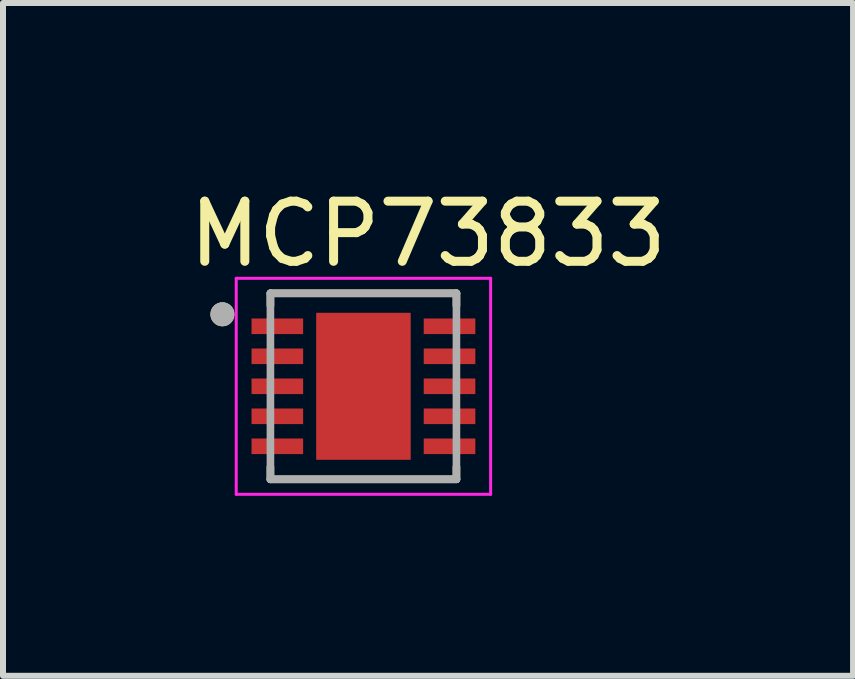
<source format=kicad_pcb>
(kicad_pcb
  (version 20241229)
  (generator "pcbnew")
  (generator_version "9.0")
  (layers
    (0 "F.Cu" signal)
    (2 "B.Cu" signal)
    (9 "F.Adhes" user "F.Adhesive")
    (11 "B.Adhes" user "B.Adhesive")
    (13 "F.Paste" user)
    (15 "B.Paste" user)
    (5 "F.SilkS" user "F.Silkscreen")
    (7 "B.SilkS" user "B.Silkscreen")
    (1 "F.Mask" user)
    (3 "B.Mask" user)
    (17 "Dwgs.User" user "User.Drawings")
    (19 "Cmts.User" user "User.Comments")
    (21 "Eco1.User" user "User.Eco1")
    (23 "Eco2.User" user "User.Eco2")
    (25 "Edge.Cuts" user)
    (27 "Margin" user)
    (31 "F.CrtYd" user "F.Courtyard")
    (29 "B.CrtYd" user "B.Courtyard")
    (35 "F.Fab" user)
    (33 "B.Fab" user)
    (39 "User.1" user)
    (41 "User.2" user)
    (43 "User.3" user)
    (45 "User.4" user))
  (footprint "MCP73833"
    (layer "F.Cu")
    (at 3.007 3.388)
    (property "Reference" "MCP73833" (at 1.077 -2.539 0) (layer "F.SilkS") (effects (font (size 1.002 1.002) (thickness 0.15))))
    (attr smd)
    (fp_line (start -1.55 -1.55) (end -1.55 -1.345) (stroke (width 0.127) (type solid)) (layer "F.SilkS"))
    (fp_line (start -1.55 1.55) (end -1.55 1.345) (stroke (width 0.127) (type solid)) (layer "F.SilkS"))
    (fp_line (start -1.55 1.55) (end 1.55 1.55) (stroke (width 0.127) (type solid)) (layer "F.SilkS"))
    (fp_line (start 1.55 -1.55) (end -1.55 -1.55) (stroke (width 0.127) (type solid)) (layer "F.SilkS"))
    (fp_line (start 1.55 -1.55) (end 1.55 -1.345) (stroke (width 0.127) (type solid)) (layer "F.SilkS"))
    (fp_line (start 1.55 1.55) (end 1.55 1.345) (stroke (width 0.127) (type solid)) (layer "F.SilkS"))
    (fp_circle (center -2.35 -1.2) (end -2.25 -1.2) (stroke (width 0.2) (type solid)) (fill no) (layer "F.SilkS"))
    (fp_poly (pts (xy -0.501 -0.8) (xy 0.5 -0.8) (xy 0.5 0.802) (xy -0.501 0.802)) (stroke (width 0.01) (type solid)) (fill yes) (layer "F.Paste"))
    (fp_line (start -2.12 -1.8) (end 2.12 -1.8) (stroke (width 0.05) (type solid)) (layer "F.CrtYd"))
    (fp_line (start -2.12 1.8) (end -2.12 -1.8) (stroke (width 0.05) (type solid)) (layer "F.CrtYd"))
    (fp_line (start 2.12 -1.8) (end 2.12 1.8) (stroke (width 0.05) (type solid)) (layer "F.CrtYd"))
    (fp_line (start 2.12 1.8) (end -2.12 1.8) (stroke (width 0.05) (type solid)) (layer "F.CrtYd"))
    (fp_line (start -1.55 -1.55) (end -1.55 1.55) (stroke (width 0.127) (type solid)) (layer "F.Fab"))
    (fp_line (start -1.55 1.55) (end 1.55 1.55) (stroke (width 0.127) (type solid)) (layer "F.Fab"))
    (fp_line (start 1.55 -1.55) (end -1.55 -1.55) (stroke (width 0.127) (type solid)) (layer "F.Fab"))
    (fp_line (start 1.55 1.55) (end 1.55 -1.55) (stroke (width 0.127) (type solid)) (layer "F.Fab"))
    (fp_circle (center -2.35 -1.2) (end -2.25 -1.2) (stroke (width 0.2) (type solid)) (fill no) (layer "F.Fab"))
    (pad "1" smd rect (at -1.435 -1) (size 0.86 0.26) (layers "F.Cu" "F.Mask" "F.Paste"))
    (pad "2" smd rect (at -1.435 -0.5) (size 0.86 0.26) (layers "F.Cu" "F.Mask" "F.Paste"))
    (pad "3" smd rect (at -1.435 0) (size 0.86 0.26) (layers "F.Cu" "F.Mask" "F.Paste"))
    (pad "4" smd rect (at -1.435 0.5) (size 0.86 0.26) (layers "F.Cu" "F.Mask" "F.Paste"))
    (pad "5" smd rect (at -1.435 1) (size 0.86 0.26) (layers "F.Cu" "F.Mask" "F.Paste"))
    (pad "6" smd rect (at 1.435 1) (size 0.86 0.26) (layers "F.Cu" "F.Mask" "F.Paste"))
    (pad "7" smd rect (at 1.435 0.5) (size 0.86 0.26) (layers "F.Cu" "F.Mask" "F.Paste"))
    (pad "8" smd rect (at 1.435 0) (size 0.86 0.26) (layers "F.Cu" "F.Mask" "F.Paste"))
    (pad "9" smd rect (at 1.435 -0.5) (size 0.86 0.26) (layers "F.Cu" "F.Mask" "F.Paste"))
    (pad "10" smd rect (at 1.435 -1) (size 0.86 0.26) (layers "F.Cu" "F.Mask" "F.Paste"))
    (pad "11" smd rect (at 0 0) (size 1.575 2.45) (layers "F.Cu" "F.Mask")))
  (gr_rect
    (start -3 -3)
    (end 11.167 8.213)
    (stroke (width 0.1) (type default))
    (fill no)
    (layer "Edge.Cuts")))
</source>
